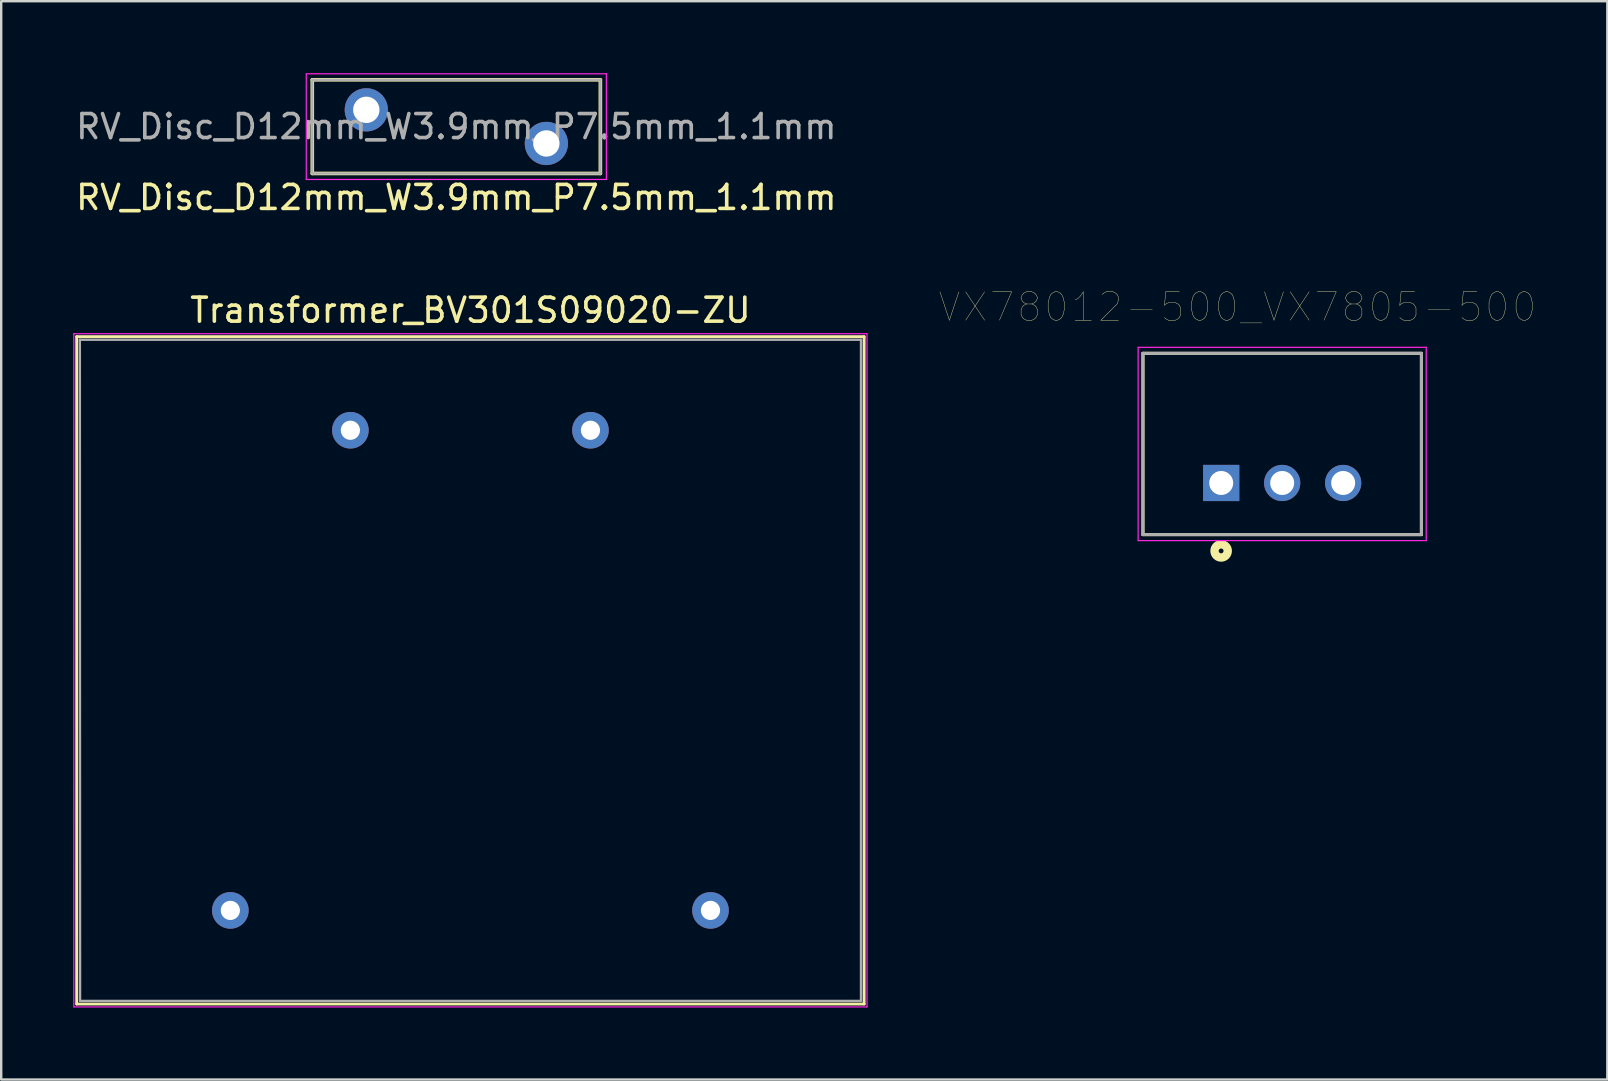
<source format=kicad_pcb>
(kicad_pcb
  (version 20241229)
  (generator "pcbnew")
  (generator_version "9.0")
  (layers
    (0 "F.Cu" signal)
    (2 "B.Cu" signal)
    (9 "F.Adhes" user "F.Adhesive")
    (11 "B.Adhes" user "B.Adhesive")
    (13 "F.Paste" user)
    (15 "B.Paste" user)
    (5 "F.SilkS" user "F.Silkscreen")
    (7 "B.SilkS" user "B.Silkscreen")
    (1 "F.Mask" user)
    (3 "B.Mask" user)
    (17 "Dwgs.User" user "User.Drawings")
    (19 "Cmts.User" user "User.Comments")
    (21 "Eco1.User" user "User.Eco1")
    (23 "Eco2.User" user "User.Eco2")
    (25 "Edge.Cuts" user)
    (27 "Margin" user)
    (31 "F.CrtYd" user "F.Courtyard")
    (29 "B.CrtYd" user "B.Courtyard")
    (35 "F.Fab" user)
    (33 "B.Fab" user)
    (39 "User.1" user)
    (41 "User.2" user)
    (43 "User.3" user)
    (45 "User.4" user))
  (footprint "VX78012-500_VX7805-500"
    (layer "F.Cu")
    (at 50.358 15.443)
    (property "Reference" "VX78012-500_VX7805-500" (at -1.862 -5.702 0) (layer "F.SilkS") (effects (font (size 1.183 1.183) (thickness 0.015))))
    (attr through_hole)
    (fp_line (start -5.8 -3.775) (end 5.8 -3.775) (stroke (width 0.127) (type solid)) (layer "F.SilkS"))
    (fp_line (start -5.8 3.775) (end -5.8 -3.775) (stroke (width 0.127) (type solid)) (layer "F.SilkS"))
    (fp_line (start 5.8 -3.775) (end 5.8 3.775) (stroke (width 0.127) (type solid)) (layer "F.SilkS"))
    (fp_line (start 5.8 3.775) (end -5.8 3.775) (stroke (width 0.127) (type solid)) (layer "F.SilkS"))
    (fp_circle (center -2.543 4.455) (end -2.443 4.455) (stroke (width 0.35) (type solid)) (fill no) (layer "F.SilkS"))
    (fp_line (start -6 -4.025) (end 6 -4.025) (stroke (width 0.05) (type solid)) (layer "F.CrtYd"))
    (fp_line (start -6 4.025) (end -6 -4.025) (stroke (width 0.05) (type solid)) (layer "F.CrtYd"))
    (fp_line (start 6 -4.025) (end 6 4.025) (stroke (width 0.05) (type solid)) (layer "F.CrtYd"))
    (fp_line (start 6 4.025) (end -6 4.025) (stroke (width 0.05) (type solid)) (layer "F.CrtYd"))
    (fp_line (start -5.8 -3.775) (end 5.8 -3.775) (stroke (width 0.127) (type solid)) (layer "F.Fab"))
    (fp_line (start -5.8 3.775) (end -5.8 -3.775) (stroke (width 0.127) (type solid)) (layer "F.Fab"))
    (fp_line (start 5.8 -3.775) (end 5.8 3.775) (stroke (width 0.127) (type solid)) (layer "F.Fab"))
    (fp_line (start 5.8 3.775) (end -5.8 3.775) (stroke (width 0.127) (type solid)) (layer "F.Fab"))
    (fp_circle (center -2.543 1.645) (end -2.443 1.645) (stroke (width 0.35) (type solid)) (fill no) (layer "F.Fab"))
    (pad "1" thru_hole rect (at -2.54 1.625) (size 1.508 1.508) (drill 1) (layers "*.Cu" "*.Mask"))
    (pad "2" thru_hole circle (at 0 1.625) (size 1.508 1.508) (drill 1) (layers "*.Cu" "*.Mask"))
    (pad "3" thru_hole circle (at 2.54 1.625) (size 1.508 1.508) (drill 1) (layers "*.Cu" "*.Mask")))
  (footprint "RV_Disc_D12mm_W3.9mm_P7.5mm_1.1mm"
    (layer "F.Cu")
    (at 12.208 1.525)
    (property "Reference" "RV_Disc_D12mm_W3.9mm_P7.5mm_1.1mm" (at 3.75 3.65 0) (layer "F.SilkS") (effects (font (size 1 1) (thickness 0.15))))
    (attr through_hole)
    (fp_line (start -2.25 -1.25) (end -2.25 2.65) (stroke (width 0.15) (type solid)) (layer "F.SilkS"))
    (fp_line (start -2.25 -1.25) (end 9.75 -1.25) (stroke (width 0.15) (type solid)) (layer "F.SilkS"))
    (fp_line (start -2.25 2.65) (end 9.75 2.65) (stroke (width 0.15) (type solid)) (layer "F.SilkS"))
    (fp_line (start 9.75 -1.25) (end 9.75 2.65) (stroke (width 0.15) (type solid)) (layer "F.SilkS"))
    (fp_line (start -2.5 -1.5) (end -2.5 2.9) (stroke (width 0.05) (type solid)) (layer "F.CrtYd"))
    (fp_line (start -2.5 -1.5) (end 10 -1.5) (stroke (width 0.05) (type solid)) (layer "F.CrtYd"))
    (fp_line (start -2.5 2.9) (end 10 2.9) (stroke (width 0.05) (type solid)) (layer "F.CrtYd"))
    (fp_line (start 10 -1.5) (end 10 2.9) (stroke (width 0.05) (type solid)) (layer "F.CrtYd"))
    (fp_line (start -2.25 -1.25) (end -2.25 2.65) (stroke (width 0.1) (type solid)) (layer "F.Fab"))
    (fp_line (start -2.25 -1.25) (end 9.75 -1.25) (stroke (width 0.1) (type solid)) (layer "F.Fab"))
    (fp_line (start -2.25 2.65) (end 9.75 2.65) (stroke (width 0.1) (type solid)) (layer "F.Fab"))
    (fp_line (start 9.75 -1.25) (end 9.75 2.65) (stroke (width 0.1) (type solid)) (layer "F.Fab"))
    (fp_text user "${REFERENCE}" (at 3.75 0.7 0) (layer "F.Fab") (effects (font (size 1 1) (thickness 0.15))))
    (pad "1" thru_hole circle (at 0 0) (size 1.8 1.8) (drill 1.1) (layers "*.Cu" "*.Mask"))
    (pad "2" thru_hole circle (at 7.5 1.4) (size 1.8 1.8) (drill 1.1) (layers "*.Cu" "*.Mask")))
  (footprint "Transformer_BV301S09020-ZU"
    (layer "F.Cu")
    (at 16.545 24.872)
    (property "Reference" "Transformer_BV301S09020-ZU" (at 0 -15 0) (layer "F.SilkS") (effects (font (size 1 1) (thickness 0.15))))
    (attr through_hole)
    (fp_line (start -16.4 -13.9) (end 16.4 -13.9) (stroke (width 0.12) (type solid)) (layer "F.SilkS"))
    (fp_line (start -16.4 13.9) (end -16.4 -13.9) (stroke (width 0.12) (type solid)) (layer "F.SilkS"))
    (fp_line (start 16.4 -13.9) (end 16.4 13.9) (stroke (width 0.12) (type solid)) (layer "F.SilkS"))
    (fp_line (start 16.4 13.9) (end -16.4 13.9) (stroke (width 0.12) (type solid)) (layer "F.SilkS"))
    (fp_line (start -16.52 -14.02) (end -16.52 14.02) (stroke (width 0.05) (type solid)) (layer "F.CrtYd"))
    (fp_line (start -16.52 14.02) (end 16.52 14.02) (stroke (width 0.05) (type solid)) (layer "F.CrtYd"))
    (fp_line (start 16.52 -14.02) (end -16.52 -14.02) (stroke (width 0.05) (type solid)) (layer "F.CrtYd"))
    (fp_line (start 16.52 14.02) (end 16.52 -14.02) (stroke (width 0.05) (type solid)) (layer "F.CrtYd"))
    (fp_line (start -16.27 -13.77) (end -16.26 13.77) (stroke (width 0.1) (type solid)) (layer "F.Fab"))
    (fp_line (start -16.26 13.77) (end 16.27 13.77) (stroke (width 0.1) (type solid)) (layer "F.Fab"))
    (fp_line (start 16.27 -13.77) (end -16.27 -13.77) (stroke (width 0.1) (type solid)) (layer "F.Fab"))
    (fp_line (start 16.27 13.77) (end 16.27 -13.77) (stroke (width 0.1) (type solid)) (layer "F.Fab"))
    (pad "1" thru_hole circle (at 10 10) (size 1.524 1.524) (drill 0.8) (layers "*.Cu" "*.Mask"))
    (pad "5" thru_hole circle (at -10 10) (size 1.524 1.524) (drill 0.8) (layers "*.Cu" "*.Mask"))
    (pad "7" thru_hole circle (at -5 -10) (size 1.524 1.524) (drill 0.8) (layers "*.Cu" "*.Mask"))
    (pad "9" thru_hole circle (at 5 -10) (size 1.524 1.524) (drill 0.8) (layers "*.Cu" "*.Mask")))
  (gr_rect
    (start -3 -3)
    (end 63.902 41.916)
    (stroke (width 0.1) (type default))
    (fill no)
    (layer "Edge.Cuts")))
</source>
